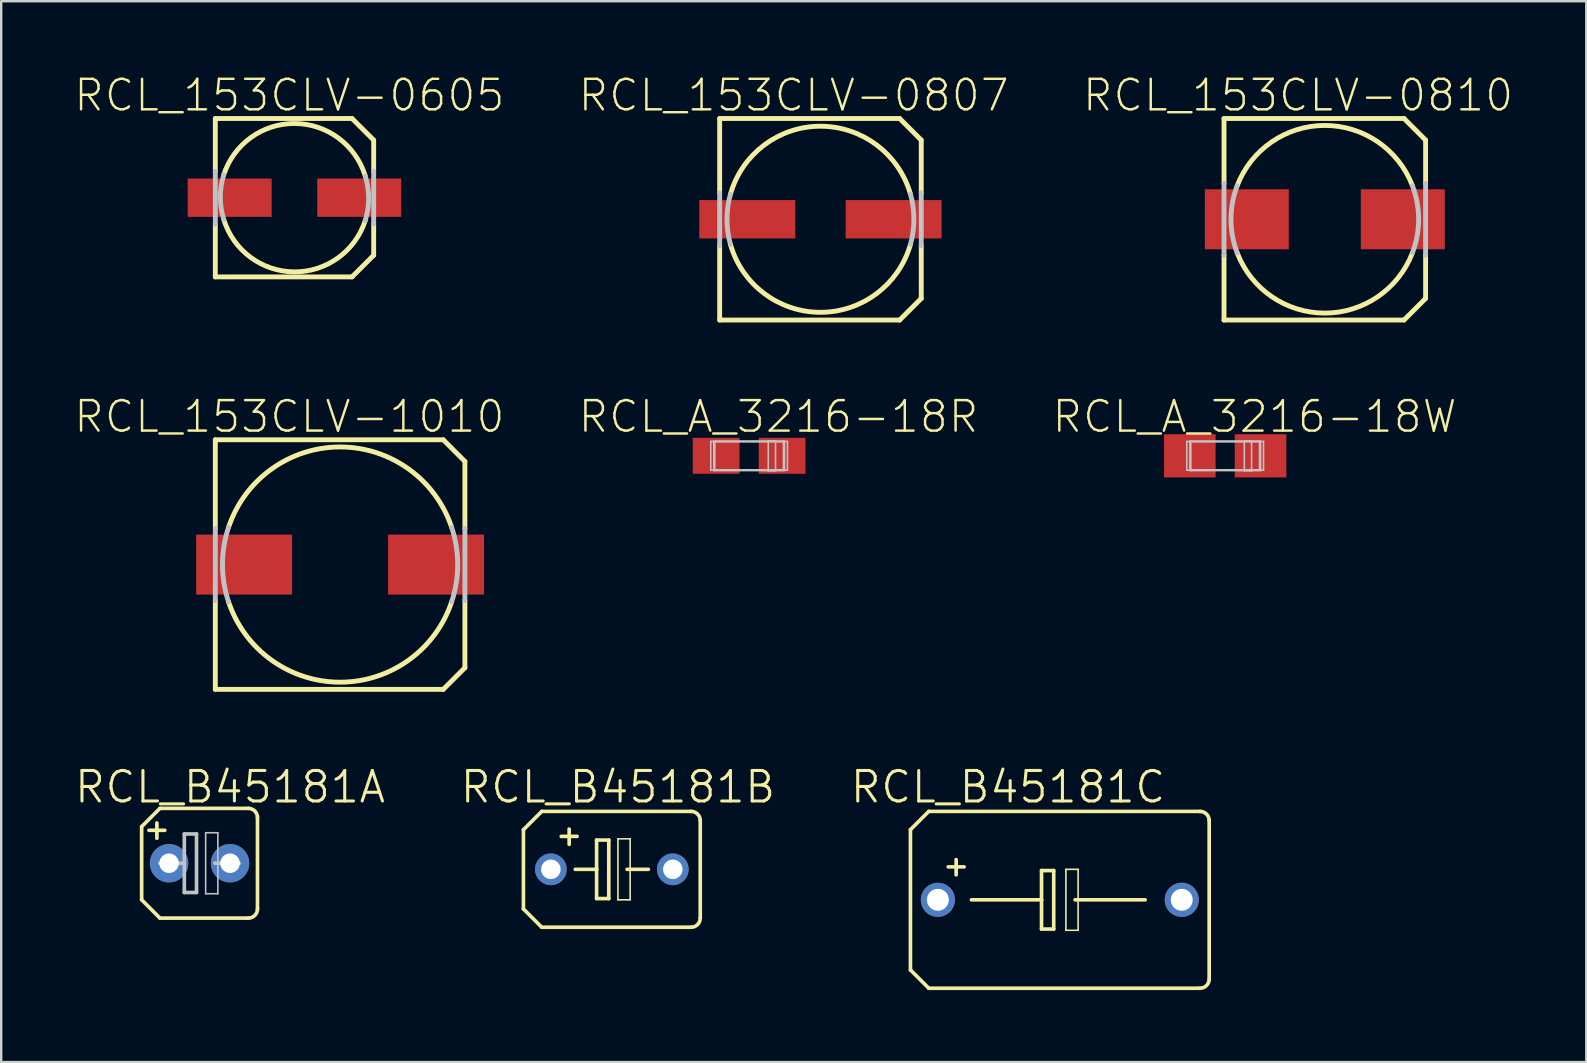
<source format=kicad_pcb>
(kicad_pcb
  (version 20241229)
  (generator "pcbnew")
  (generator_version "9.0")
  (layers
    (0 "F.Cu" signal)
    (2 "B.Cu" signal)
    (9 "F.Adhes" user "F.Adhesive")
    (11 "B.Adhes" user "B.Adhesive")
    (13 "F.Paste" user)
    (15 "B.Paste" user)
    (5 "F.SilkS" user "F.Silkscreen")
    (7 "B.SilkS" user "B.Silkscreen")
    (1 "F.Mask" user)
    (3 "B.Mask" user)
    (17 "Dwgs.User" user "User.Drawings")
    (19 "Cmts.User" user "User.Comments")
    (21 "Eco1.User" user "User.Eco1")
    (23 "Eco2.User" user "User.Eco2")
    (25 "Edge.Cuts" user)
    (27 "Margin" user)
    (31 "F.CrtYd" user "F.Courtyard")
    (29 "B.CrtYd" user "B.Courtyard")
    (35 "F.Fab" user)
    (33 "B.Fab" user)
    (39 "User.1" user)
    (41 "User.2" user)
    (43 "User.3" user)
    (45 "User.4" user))
  (footprint "RCL_153CLV-0810"
    (layer "F.Cu")
    (at 52.143 6.085)
    (property "Reference" "RCL_153CLV-0810" (at -1.113 -5.164 0) (layer "F.SilkS") (effects (font (size 1.27 1.27) (thickness 0.102))))
    (attr smd)
    (fp_line (start -4.199 -4.199) (end 3.299 -4.199) (stroke (width 0.203) (type solid)) (layer "F.SilkS"))
    (fp_line (start -4.199 -1.499) (end -4.199 -4.199) (stroke (width 0.203) (type solid)) (layer "F.SilkS"))
    (fp_line (start -4.199 4.199) (end -4.199 1.499) (stroke (width 0.203) (type solid)) (layer "F.SilkS"))
    (fp_line (start 3.299 -4.199) (end 4.199 -3.299) (stroke (width 0.203) (type solid)) (layer "F.SilkS"))
    (fp_line (start 3.299 4.199) (end -4.199 4.199) (stroke (width 0.203) (type solid)) (layer "F.SilkS"))
    (fp_line (start 4.199 -3.299) (end 4.199 -1.499) (stroke (width 0.203) (type solid)) (layer "F.SilkS"))
    (fp_line (start 4.199 1.499) (end 4.199 3.299) (stroke (width 0.203) (type solid)) (layer "F.SilkS"))
    (fp_line (start 4.199 3.299) (end 3.299 4.199) (stroke (width 0.203) (type solid)) (layer "F.SilkS"))
    (fp_arc (start -3.64998 -1.39954) (mid -0.001452 -3.9091) (end 3.648939 -1.402252) (stroke (width 0.2032) (type solid)) (layer "F.SilkS"))
    (fp_arc (start 3.64998 1.39954) (mid 0.001452 3.9091) (end -3.648939 1.402252) (stroke (width 0.2032) (type solid)) (layer "F.SilkS"))
    (fp_line (start -4.199 1.499) (end -4.199 -1.499) (stroke (width 0.203) (type solid)) (layer "Dwgs.User"))
    (fp_line (start 4.199 -1.499) (end 4.199 1.499) (stroke (width 0.203) (type solid)) (layer "Dwgs.User"))
    (fp_arc (start -3.64998 1.39954) (mid -3.9091 0.001959) (end -3.651381 -1.395882) (stroke (width 0.2032) (type solid)) (layer "Dwgs.User"))
    (fp_arc (start 3.64998 -1.39954) (mid 3.9091 -0.001959) (end 3.651381 1.395882) (stroke (width 0.2032) (type solid)) (layer "Dwgs.User"))
    (pad "+" smd rect (at 3.249 0) (size 3.498 2.499) (layers "F.Cu" "F.Mask" "F.Paste"))
    (pad "-" smd rect (at -3.249 0) (size 3.498 2.499) (layers "F.Cu" "F.Mask" "F.Paste")))
  (footprint "RCL_153CLV-0807"
    (layer "F.Cu")
    (at 31.131 6.085)
    (property "Reference" "RCL_153CLV-0807" (at -1.113 -5.164 0) (layer "F.SilkS") (effects (font (size 1.27 1.27) (thickness 0.102))))
    (attr smd)
    (fp_line (start -4.199 -4.199) (end 3.299 -4.199) (stroke (width 0.203) (type solid)) (layer "F.SilkS"))
    (fp_line (start -4.199 -1.1) (end -4.199 -4.199) (stroke (width 0.203) (type solid)) (layer "F.SilkS"))
    (fp_line (start -4.199 4.199) (end -4.199 1.1) (stroke (width 0.203) (type solid)) (layer "F.SilkS"))
    (fp_line (start 3.299 -4.199) (end 4.199 -3.299) (stroke (width 0.203) (type solid)) (layer "F.SilkS"))
    (fp_line (start 3.299 4.199) (end -4.199 4.199) (stroke (width 0.203) (type solid)) (layer "F.SilkS"))
    (fp_line (start 4.199 -3.299) (end 4.199 -1.1) (stroke (width 0.203) (type solid)) (layer "F.SilkS"))
    (fp_line (start 4.199 1.1) (end 4.199 3.299) (stroke (width 0.203) (type solid)) (layer "F.SilkS"))
    (fp_line (start 4.199 3.299) (end 3.299 4.199) (stroke (width 0.203) (type solid)) (layer "F.SilkS"))
    (fp_arc (start -3.74904 -1.04902) (mid -0.003018 -3.876399) (end 3.747376 -1.054823) (stroke (width 0.2032) (type solid)) (layer "F.SilkS"))
    (fp_arc (start 3.74904 1.04902) (mid 0.003018 3.876399) (end -3.747376 1.054823) (stroke (width 0.2032) (type solid)) (layer "F.SilkS"))
    (fp_line (start -4.199 1.1) (end -4.199 -1.1) (stroke (width 0.203) (type solid)) (layer "Dwgs.User"))
    (fp_line (start 4.199 -1.1) (end 4.199 1.1) (stroke (width 0.203) (type solid)) (layer "Dwgs.User"))
    (fp_arc (start -3.74904 1.04902) (mid -3.893037 0.002186) (end -3.750216 -1.04481) (stroke (width 0.2032) (type solid)) (layer "Dwgs.User"))
    (fp_arc (start 3.74904 -1.04902) (mid 3.893037 -0.002186) (end 3.750216 1.04481) (stroke (width 0.2032) (type solid)) (layer "Dwgs.User"))
    (pad "+" smd rect (at 3.048 0) (size 3.998 1.598) (layers "F.Cu" "F.Mask" "F.Paste"))
    (pad "-" smd rect (at -3.048 0) (size 3.998 1.598) (layers "F.Cu" "F.Mask" "F.Paste")))
  (footprint "RCL_B45181C"
    (layer "F.Cu")
    (at 41.103 34.437)
    (property "Reference" "RCL_B45181C" (at -2.159 -4.699 0) (layer "F.SilkS") (effects (font (size 1.27 1.27) (thickness 0.127))))
    (attr exclude_from_pos_files exclude_from_bom)
    (fp_line (start -6.223 -2.921) (end -6.223 2.921) (stroke (width 0.152) (type solid)) (layer "F.SilkS"))
    (fp_line (start -6.223 -2.921) (end -5.461 -3.683) (stroke (width 0.152) (type solid)) (layer "F.SilkS"))
    (fp_line (start -5.461 3.683) (end -6.223 2.921) (stroke (width 0.152) (type solid)) (layer "F.SilkS"))
    (fp_line (start -5.461 3.683) (end 5.842 3.683) (stroke (width 0.152) (type solid)) (layer "F.SilkS"))
    (fp_line (start -4.318 -1.676) (end -4.318 -1.041) (stroke (width 0.152) (type solid)) (layer "F.SilkS"))
    (fp_line (start -3.988 -1.372) (end -4.648 -1.372) (stroke (width 0.152) (type solid)) (layer "F.SilkS"))
    (fp_line (start -3.683 0) (end -0.762 0) (stroke (width 0.152) (type solid)) (layer "F.SilkS"))
    (fp_line (start -0.762 -1.219) (end -0.762 0) (stroke (width 0.152) (type solid)) (layer "F.SilkS"))
    (fp_line (start -0.762 0) (end -0.762 1.219) (stroke (width 0.152) (type solid)) (layer "F.SilkS"))
    (fp_line (start -0.762 1.219) (end -0.254 1.219) (stroke (width 0.152) (type solid)) (layer "F.SilkS"))
    (fp_line (start -0.254 -1.219) (end -0.762 -1.219) (stroke (width 0.152) (type solid)) (layer "F.SilkS"))
    (fp_line (start -0.254 1.219) (end -0.254 -1.219) (stroke (width 0.152) (type solid)) (layer "F.SilkS"))
    (fp_line (start 0.254 -1.27) (end 0.762 -1.27) (stroke (width 0.066) (type solid)) (layer "F.SilkS"))
    (fp_line (start 0.254 1.27) (end 0.254 -1.27) (stroke (width 0.066) (type solid)) (layer "F.SilkS"))
    (fp_line (start 0.254 1.27) (end 0.762 1.27) (stroke (width 0.066) (type solid)) (layer "F.SilkS"))
    (fp_line (start 0.635 0) (end 3.556 0) (stroke (width 0.152) (type solid)) (layer "F.SilkS"))
    (fp_line (start 0.762 1.27) (end 0.762 -1.27) (stroke (width 0.066) (type solid)) (layer "F.SilkS"))
    (fp_line (start 5.842 -3.683) (end -5.461 -3.683) (stroke (width 0.152) (type solid)) (layer "F.SilkS"))
    (fp_line (start 6.223 -3.302) (end 6.223 3.302) (stroke (width 0.152) (type solid)) (layer "F.SilkS"))
    (fp_arc (start 5.842 -3.683) (mid 6.111408 -3.571408) (end 6.223 -3.302) (stroke (width 0.1524) (type solid)) (layer "F.SilkS"))
    (fp_arc (start 6.223 3.302) (mid 6.111408 3.571408) (end 5.842 3.683) (stroke (width 0.1524) (type solid)) (layer "F.SilkS"))
    (pad "+" thru_hole circle (at -5.08 0) (size 1.422 1.422) (drill 0.914) (layers "*.Cu" "*.Paste" "*.Mask"))
    (pad "-" thru_hole circle (at 5.08 0) (size 1.422 1.422) (drill 0.914) (layers "*.Cu" "*.Paste" "*.Mask")))
  (footprint "RCL_B45181B"
    (layer "F.Cu")
    (at 22.44 33.167)
    (property "Reference" "RCL_B45181B" (at 0.254 -3.429 0) (layer "F.SilkS") (effects (font (size 1.27 1.27) (thickness 0.127))))
    (attr exclude_from_pos_files exclude_from_bom)
    (fp_line (start -3.683 -1.651) (end -3.683 1.651) (stroke (width 0.152) (type solid)) (layer "F.SilkS"))
    (fp_line (start -3.683 -1.651) (end -2.921 -2.413) (stroke (width 0.152) (type solid)) (layer "F.SilkS"))
    (fp_line (start -2.921 2.413) (end -3.683 1.651) (stroke (width 0.152) (type solid)) (layer "F.SilkS"))
    (fp_line (start -2.921 2.413) (end 3.302 2.413) (stroke (width 0.152) (type solid)) (layer "F.SilkS"))
    (fp_line (start -1.778 -1.676) (end -1.778 -1.041) (stroke (width 0.152) (type solid)) (layer "F.SilkS"))
    (fp_line (start -1.524 0) (end -0.635 0) (stroke (width 0.152) (type solid)) (layer "F.SilkS"))
    (fp_line (start -1.448 -1.372) (end -2.108 -1.372) (stroke (width 0.152) (type solid)) (layer "F.SilkS"))
    (fp_line (start -0.635 -1.219) (end -0.635 0) (stroke (width 0.152) (type solid)) (layer "F.SilkS"))
    (fp_line (start -0.635 0) (end -0.635 1.219) (stroke (width 0.152) (type solid)) (layer "F.SilkS"))
    (fp_line (start -0.635 1.219) (end -0.127 1.219) (stroke (width 0.152) (type solid)) (layer "F.SilkS"))
    (fp_line (start -0.127 -1.219) (end -0.635 -1.219) (stroke (width 0.152) (type solid)) (layer "F.SilkS"))
    (fp_line (start -0.127 1.219) (end -0.127 -1.219) (stroke (width 0.152) (type solid)) (layer "F.SilkS"))
    (fp_line (start 0.254 -1.27) (end 0.762 -1.27) (stroke (width 0.066) (type solid)) (layer "F.SilkS"))
    (fp_line (start 0.254 1.27) (end 0.254 -1.27) (stroke (width 0.066) (type solid)) (layer "F.SilkS"))
    (fp_line (start 0.254 1.27) (end 0.762 1.27) (stroke (width 0.066) (type solid)) (layer "F.SilkS"))
    (fp_line (start 0.635 0) (end 1.524 0) (stroke (width 0.152) (type solid)) (layer "F.SilkS"))
    (fp_line (start 0.762 1.27) (end 0.762 -1.27) (stroke (width 0.066) (type solid)) (layer "F.SilkS"))
    (fp_line (start 3.302 -2.413) (end -2.921 -2.413) (stroke (width 0.152) (type solid)) (layer "F.SilkS"))
    (fp_line (start 3.683 -2.032) (end 3.683 2.032) (stroke (width 0.152) (type solid)) (layer "F.SilkS"))
    (fp_arc (start 3.302 -2.413) (mid 3.571408 -2.301408) (end 3.683 -2.032) (stroke (width 0.1524) (type solid)) (layer "F.SilkS"))
    (fp_arc (start 3.683 2.032) (mid 3.571408 2.301408) (end 3.302 2.413) (stroke (width 0.1524) (type solid)) (layer "F.SilkS"))
    (pad "+" thru_hole circle (at -2.54 0) (size 1.321 1.321) (drill 0.813) (layers "*.Cu" "*.Paste" "*.Mask"))
    (pad "-" thru_hole circle (at 2.54 0) (size 1.321 1.321) (drill 0.813) (layers "*.Cu" "*.Paste" "*.Mask")))
  (footprint "RCL_153CLV-0605"
    (layer "F.Cu")
    (at 9.219 5.186)
    (property "Reference" "RCL_153CLV-0605" (at -0.213 -4.265 0) (layer "F.SilkS") (effects (font (size 1.27 1.27) (thickness 0.102))))
    (attr smd)
    (fp_line (start -3.299 -3.299) (end 2.398 -3.299) (stroke (width 0.203) (type solid)) (layer "F.SilkS"))
    (fp_line (start -3.299 -1.1) (end -3.299 -3.299) (stroke (width 0.203) (type solid)) (layer "F.SilkS"))
    (fp_line (start -3.299 3.299) (end -3.299 1.1) (stroke (width 0.203) (type solid)) (layer "F.SilkS"))
    (fp_line (start 2.398 -3.299) (end 3.299 -2.398) (stroke (width 0.203) (type solid)) (layer "F.SilkS"))
    (fp_line (start 2.398 3.299) (end -3.299 3.299) (stroke (width 0.203) (type solid)) (layer "F.SilkS"))
    (fp_line (start 3.299 -2.398) (end 3.299 -1.1) (stroke (width 0.203) (type solid)) (layer "F.SilkS"))
    (fp_line (start 3.299 1.1) (end 3.299 2.398) (stroke (width 0.203) (type solid)) (layer "F.SilkS"))
    (fp_line (start 3.299 2.398) (end 2.398 3.299) (stroke (width 0.203) (type solid)) (layer "F.SilkS"))
    (fp_arc (start -2.94894 -0.94996) (mid 0.016598 -3.090825) (end 2.948225 -0.903753) (stroke (width 0.2032) (type solid)) (layer "F.SilkS"))
    (fp_arc (start 2.94894 0.94996) (mid -0.016598 3.090825) (end -2.948225 0.903753) (stroke (width 0.2032) (type solid)) (layer "F.SilkS"))
    (fp_line (start -3.299 1.1) (end -3.299 -1.1) (stroke (width 0.203) (type solid)) (layer "Dwgs.User"))
    (fp_line (start 3.299 -1.1) (end 3.299 1.1) (stroke (width 0.203) (type solid)) (layer "Dwgs.User"))
    (fp_arc (start -2.94894 0.89916) (mid -3.089719 -0.024885) (end -2.947729 -0.948744) (stroke (width 0.2032) (type solid)) (layer "Dwgs.User"))
    (fp_arc (start 2.94894 -0.89916) (mid 3.089719 0.024885) (end 2.947729 0.948744) (stroke (width 0.2032) (type solid)) (layer "Dwgs.User"))
    (pad "+" smd rect (at 2.697 0) (size 3.498 1.598) (layers "F.Cu" "F.Mask" "F.Paste"))
    (pad "-" smd rect (at -2.7 0) (size 3.498 1.598) (layers "F.Cu" "F.Mask" "F.Paste")))
  (footprint "RCL_153CLV-1010"
    (layer "F.Cu")
    (at 11.119 20.471)
    (property "Reference" "RCL_153CLV-1010" (at -2.113 -6.165 0) (layer "F.SilkS") (effects (font (size 1.27 1.27) (thickness 0.102))))
    (attr smd)
    (fp_line (start -5.199 -5.199) (end 4.298 -5.199) (stroke (width 0.203) (type solid)) (layer "F.SilkS"))
    (fp_line (start -5.199 -1.499) (end -5.199 -5.199) (stroke (width 0.203) (type solid)) (layer "F.SilkS"))
    (fp_line (start -5.199 5.199) (end -5.199 1.499) (stroke (width 0.203) (type solid)) (layer "F.SilkS"))
    (fp_line (start 4.298 -5.199) (end 5.199 -4.298) (stroke (width 0.203) (type solid)) (layer "F.SilkS"))
    (fp_line (start 4.298 5.199) (end -5.199 5.199) (stroke (width 0.203) (type solid)) (layer "F.SilkS"))
    (fp_line (start 5.199 -4.298) (end 5.199 -1.499) (stroke (width 0.203) (type solid)) (layer "F.SilkS"))
    (fp_line (start 5.199 1.499) (end 5.199 4.298) (stroke (width 0.203) (type solid)) (layer "F.SilkS"))
    (fp_line (start 5.199 4.298) (end 4.298 5.199) (stroke (width 0.203) (type solid)) (layer "F.SilkS"))
    (fp_arc (start -4.6482 -1.5494) (mid -0.001287 -4.899633) (end 4.647385 -1.551842) (stroke (width 0.2032) (type solid)) (layer "F.SilkS"))
    (fp_arc (start 4.6482 1.5494) (mid 0.001287 4.899633) (end -4.647385 1.551842) (stroke (width 0.2032) (type solid)) (layer "F.SilkS"))
    (fp_line (start -5.199 1.499) (end -5.199 -1.499) (stroke (width 0.203) (type solid)) (layer "Dwgs.User"))
    (fp_line (start 5.199 -1.499) (end 5.199 1.499) (stroke (width 0.203) (type solid)) (layer "Dwgs.User"))
    (fp_arc (start -4.6482 1.5494) (mid -4.899632 0.002989) (end -4.650087 -1.543728) (stroke (width 0.2032) (type solid)) (layer "Dwgs.User"))
    (fp_arc (start 4.6482 -1.5494) (mid 4.899632 -0.002989) (end 4.650087 1.543728) (stroke (width 0.2032) (type solid)) (layer "Dwgs.User"))
    (pad "+" smd rect (at 3.998 0) (size 3.998 2.499) (layers "F.Cu" "F.Mask" "F.Paste"))
    (pad "-" smd rect (at -3.998 0) (size 3.998 2.499) (layers "F.Cu" "F.Mask" "F.Paste")))
  (footprint "RCL_A_3216-18R"
    (layer "F.Cu")
    (at 28.159 15.94)
    (property "Reference" "RCL_A_3216-18R" (at 1.224 -1.633 0) (layer "F.SilkS") (effects (font (size 1.27 1.27) (thickness 0.102))))
    (attr smd)
    (fp_line (start -1.598 -0.599) (end -1.473 -0.599) (stroke (width 0.066) (type solid)) (layer "Dwgs.User"))
    (fp_line (start -1.598 0.599) (end -1.598 -0.599) (stroke (width 0.066) (type solid)) (layer "Dwgs.User"))
    (fp_line (start -1.598 0.599) (end -1.473 0.599) (stroke (width 0.066) (type solid)) (layer "Dwgs.User"))
    (fp_line (start -1.473 0.599) (end -1.473 -0.599) (stroke (width 0.066) (type solid)) (layer "Dwgs.User"))
    (fp_line (start -1.448 -0.599) (end 1.448 -0.599) (stroke (width 0.102) (type solid)) (layer "Dwgs.User"))
    (fp_line (start -1.448 0.599) (end -1.448 -0.599) (stroke (width 0.102) (type solid)) (layer "Dwgs.User"))
    (fp_line (start 0.798 -0.625) (end 1.1 -0.625) (stroke (width 0.066) (type solid)) (layer "Dwgs.User"))
    (fp_line (start 0.798 0.625) (end 0.798 -0.625) (stroke (width 0.066) (type solid)) (layer "Dwgs.User"))
    (fp_line (start 0.798 0.625) (end 1.1 0.625) (stroke (width 0.066) (type solid)) (layer "Dwgs.User"))
    (fp_line (start 1.1 0.625) (end 1.1 -0.625) (stroke (width 0.066) (type solid)) (layer "Dwgs.User"))
    (fp_line (start 1.448 -0.599) (end 1.448 0.599) (stroke (width 0.102) (type solid)) (layer "Dwgs.User"))
    (fp_line (start 1.448 0.599) (end -1.448 0.599) (stroke (width 0.102) (type solid)) (layer "Dwgs.User"))
    (fp_line (start 1.473 -0.599) (end 1.598 -0.599) (stroke (width 0.066) (type solid)) (layer "Dwgs.User"))
    (fp_line (start 1.473 0.599) (end 1.473 -0.599) (stroke (width 0.066) (type solid)) (layer "Dwgs.User"))
    (fp_line (start 1.473 0.599) (end 1.598 0.599) (stroke (width 0.066) (type solid)) (layer "Dwgs.User"))
    (fp_line (start 1.598 0.599) (end 1.598 -0.599) (stroke (width 0.066) (type solid)) (layer "Dwgs.User"))
    (pad "+" smd rect (at 1.374 0) (size 1.948 1.499) (layers "F.Cu" "F.Mask" "F.Paste"))
    (pad "-" smd rect (at -1.374 0) (size 1.948 1.499) (layers "F.Cu" "F.Mask" "F.Paste")))
  (footprint "RCL_A_3216-18W"
    (layer "F.Cu")
    (at 47.992 15.94)
    (property "Reference" "RCL_A_3216-18W" (at 1.224 -1.633 0) (layer "F.SilkS") (effects (font (size 1.27 1.27) (thickness 0.102))))
    (attr smd)
    (fp_line (start -1.598 -0.599) (end -1.473 -0.599) (stroke (width 0.066) (type solid)) (layer "Dwgs.User"))
    (fp_line (start -1.598 0.599) (end -1.598 -0.599) (stroke (width 0.066) (type solid)) (layer "Dwgs.User"))
    (fp_line (start -1.598 0.599) (end -1.473 0.599) (stroke (width 0.066) (type solid)) (layer "Dwgs.User"))
    (fp_line (start -1.473 0.599) (end -1.473 -0.599) (stroke (width 0.066) (type solid)) (layer "Dwgs.User"))
    (fp_line (start -1.448 -0.599) (end 1.448 -0.599) (stroke (width 0.102) (type solid)) (layer "Dwgs.User"))
    (fp_line (start -1.448 0.599) (end -1.448 -0.599) (stroke (width 0.102) (type solid)) (layer "Dwgs.User"))
    (fp_line (start 0.798 -0.625) (end 1.1 -0.625) (stroke (width 0.066) (type solid)) (layer "Dwgs.User"))
    (fp_line (start 0.798 0.625) (end 0.798 -0.625) (stroke (width 0.066) (type solid)) (layer "Dwgs.User"))
    (fp_line (start 0.798 0.625) (end 1.1 0.625) (stroke (width 0.066) (type solid)) (layer "Dwgs.User"))
    (fp_line (start 1.1 0.625) (end 1.1 -0.625) (stroke (width 0.066) (type solid)) (layer "Dwgs.User"))
    (fp_line (start 1.448 -0.599) (end 1.448 0.599) (stroke (width 0.102) (type solid)) (layer "Dwgs.User"))
    (fp_line (start 1.448 0.599) (end -1.448 0.599) (stroke (width 0.102) (type solid)) (layer "Dwgs.User"))
    (fp_line (start 1.473 -0.599) (end 1.598 -0.599) (stroke (width 0.066) (type solid)) (layer "Dwgs.User"))
    (fp_line (start 1.473 0.599) (end 1.473 -0.599) (stroke (width 0.066) (type solid)) (layer "Dwgs.User"))
    (fp_line (start 1.473 0.599) (end 1.598 0.599) (stroke (width 0.066) (type solid)) (layer "Dwgs.User"))
    (fp_line (start 1.598 0.599) (end 1.598 -0.599) (stroke (width 0.066) (type solid)) (layer "Dwgs.User"))
    (pad "+" smd rect (at 1.473 0) (size 2.149 1.798) (layers "F.Cu" "F.Mask" "F.Paste"))
    (pad "-" smd rect (at -1.473 0) (size 2.149 1.798) (layers "F.Cu" "F.Mask" "F.Paste")))
  (footprint "RCL_B45181A"
    (layer "F.Cu")
    (at 5.264 32.913)
    (property "Reference" "RCL_B45181A" (at 1.27 -3.175 0) (layer "F.SilkS") (effects (font (size 1.27 1.27) (thickness 0.127))))
    (attr exclude_from_pos_files exclude_from_bom)
    (fp_line (start -2.413 -1.524) (end -2.413 1.524) (stroke (width 0.152) (type solid)) (layer "F.SilkS"))
    (fp_line (start -2.413 -1.524) (end -1.651 -2.286) (stroke (width 0.152) (type solid)) (layer "F.SilkS"))
    (fp_line (start -1.778 -1.676) (end -1.778 -1.041) (stroke (width 0.152) (type solid)) (layer "F.SilkS"))
    (fp_line (start -1.651 2.286) (end -2.413 1.524) (stroke (width 0.152) (type solid)) (layer "F.SilkS"))
    (fp_line (start -1.651 2.286) (end 2.032 2.286) (stroke (width 0.152) (type solid)) (layer "F.SilkS"))
    (fp_line (start -1.448 -1.372) (end -2.108 -1.372) (stroke (width 0.152) (type solid)) (layer "F.SilkS"))
    (fp_line (start 2.032 -2.286) (end -1.651 -2.286) (stroke (width 0.152) (type solid)) (layer "F.SilkS"))
    (fp_line (start 2.413 -1.905) (end 2.413 1.905) (stroke (width 0.152) (type solid)) (layer "F.SilkS"))
    (fp_arc (start 2.032 -2.286) (mid 2.301408 -2.174408) (end 2.413 -1.905) (stroke (width 0.1524) (type solid)) (layer "F.SilkS"))
    (fp_arc (start 2.413 1.905) (mid 2.301408 2.174408) (end 2.032 2.286) (stroke (width 0.1524) (type solid)) (layer "F.SilkS"))
    (fp_line (start -1.651 0) (end -0.635 0) (stroke (width 0.152) (type solid)) (layer "Dwgs.User"))
    (fp_line (start -0.635 -1.219) (end -0.635 0) (stroke (width 0.152) (type solid)) (layer "Dwgs.User"))
    (fp_line (start -0.635 0) (end -0.635 1.219) (stroke (width 0.152) (type solid)) (layer "Dwgs.User"))
    (fp_line (start -0.635 1.219) (end -0.127 1.219) (stroke (width 0.152) (type solid)) (layer "Dwgs.User"))
    (fp_line (start -0.127 -1.219) (end -0.635 -1.219) (stroke (width 0.152) (type solid)) (layer "Dwgs.User"))
    (fp_line (start -0.127 1.219) (end -0.127 -1.219) (stroke (width 0.152) (type solid)) (layer "Dwgs.User"))
    (fp_line (start 0.254 -1.27) (end 0.762 -1.27) (stroke (width 0.066) (type solid)) (layer "Dwgs.User"))
    (fp_line (start 0.254 1.27) (end 0.254 -1.27) (stroke (width 0.066) (type solid)) (layer "Dwgs.User"))
    (fp_line (start 0.254 1.27) (end 0.762 1.27) (stroke (width 0.066) (type solid)) (layer "Dwgs.User"))
    (fp_line (start 0.635 0) (end 1.651 0) (stroke (width 0.152) (type solid)) (layer "Dwgs.User"))
    (fp_line (start 0.762 1.27) (end 0.762 -1.27) (stroke (width 0.066) (type solid)) (layer "Dwgs.User"))
    (pad "+" thru_hole circle (at -1.27 0) (size 1.6 1.6) (drill 0.813) (layers "*.Cu" "*.Paste" "*.Mask"))
    (pad "-" thru_hole circle (at 1.27 0) (size 1.6 1.6) (drill 0.813) (layers "*.Cu" "*.Paste" "*.Mask")))
  (gr_rect
    (start -3 -3)
    (end 63.037 41.196)
    (stroke (width 0.1) (type default))
    (fill no)
    (layer "Edge.Cuts")))
</source>
